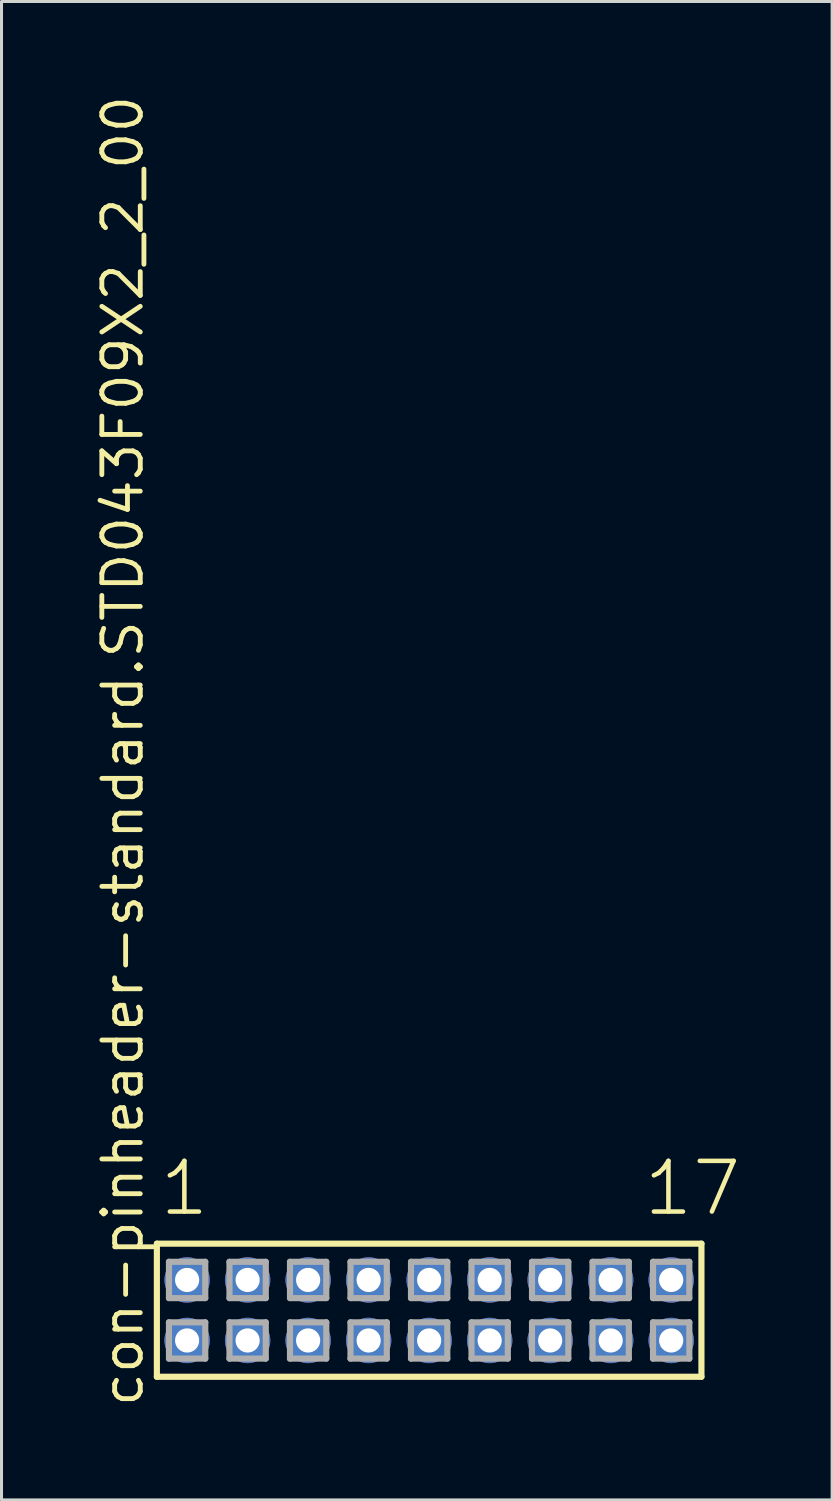
<source format=kicad_pcb>
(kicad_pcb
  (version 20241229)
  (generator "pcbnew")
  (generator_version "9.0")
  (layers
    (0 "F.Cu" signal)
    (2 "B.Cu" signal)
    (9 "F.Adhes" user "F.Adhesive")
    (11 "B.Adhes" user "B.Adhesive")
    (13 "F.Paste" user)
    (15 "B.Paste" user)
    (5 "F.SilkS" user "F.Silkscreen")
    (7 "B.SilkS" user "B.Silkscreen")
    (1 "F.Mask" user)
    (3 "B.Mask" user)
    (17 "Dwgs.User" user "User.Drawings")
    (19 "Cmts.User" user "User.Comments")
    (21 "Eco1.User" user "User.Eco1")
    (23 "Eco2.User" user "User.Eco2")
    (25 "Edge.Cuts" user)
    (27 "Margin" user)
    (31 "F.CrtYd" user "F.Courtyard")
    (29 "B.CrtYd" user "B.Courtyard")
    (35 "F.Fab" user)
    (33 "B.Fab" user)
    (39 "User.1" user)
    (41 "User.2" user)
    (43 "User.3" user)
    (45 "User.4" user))
  (footprint "con-pinheader-standard.STD043F09X2_2_00"
    (layer "F.Cu")
    (at 11.135 40.257)
    (property "Reference" "con-pinheader-standard.STD043F09X2_2_00" (at -9.385 3.27 90) (layer "F.SilkS") (effects (font (size 1.27 1.27) (thickness 0.16)) (justify left bottom)))
    (attr through_hole)
    (fp_line (start -9 -2.2) (end 9 -2.2) (stroke (width 0.203) (type default)) (layer "F.SilkS"))
    (fp_line (start -9 2.2) (end -9 -2.2) (stroke (width 0.203) (type default)) (layer "F.SilkS"))
    (fp_line (start 9 -2.2) (end 9 2.2) (stroke (width 0.203) (type default)) (layer "F.SilkS"))
    (fp_line (start 9 2.2) (end -9 2.2) (stroke (width 0.203) (type default)) (layer "F.SilkS"))
    (fp_line (start -8.6 -1.6) (end -7.4 -1.6) (stroke (width 0.203) (type default)) (layer "F.Fab"))
    (fp_line (start -8.6 -0.4) (end -8.6 -1.6) (stroke (width 0.203) (type default)) (layer "F.Fab"))
    (fp_line (start -8.6 0.4) (end -7.4 0.4) (stroke (width 0.203) (type default)) (layer "F.Fab"))
    (fp_line (start -8.6 1.6) (end -8.6 0.4) (stroke (width 0.203) (type default)) (layer "F.Fab"))
    (fp_line (start -7.4 -1.6) (end -7.4 -0.4) (stroke (width 0.203) (type default)) (layer "F.Fab"))
    (fp_line (start -7.4 -0.4) (end -8.6 -0.4) (stroke (width 0.203) (type default)) (layer "F.Fab"))
    (fp_line (start -7.4 0.4) (end -7.4 1.6) (stroke (width 0.203) (type default)) (layer "F.Fab"))
    (fp_line (start -7.4 1.6) (end -8.6 1.6) (stroke (width 0.203) (type default)) (layer "F.Fab"))
    (fp_line (start -6.6 -1.6) (end -5.4 -1.6) (stroke (width 0.203) (type default)) (layer "F.Fab"))
    (fp_line (start -6.6 -0.4) (end -6.6 -1.6) (stroke (width 0.203) (type default)) (layer "F.Fab"))
    (fp_line (start -6.6 0.4) (end -5.4 0.4) (stroke (width 0.203) (type default)) (layer "F.Fab"))
    (fp_line (start -6.6 1.6) (end -6.6 0.4) (stroke (width 0.203) (type default)) (layer "F.Fab"))
    (fp_line (start -5.4 -1.6) (end -5.4 -0.4) (stroke (width 0.203) (type default)) (layer "F.Fab"))
    (fp_line (start -5.4 -0.4) (end -6.6 -0.4) (stroke (width 0.203) (type default)) (layer "F.Fab"))
    (fp_line (start -5.4 0.4) (end -5.4 1.6) (stroke (width 0.203) (type default)) (layer "F.Fab"))
    (fp_line (start -5.4 1.6) (end -6.6 1.6) (stroke (width 0.203) (type default)) (layer "F.Fab"))
    (fp_line (start -4.6 -1.6) (end -3.4 -1.6) (stroke (width 0.203) (type default)) (layer "F.Fab"))
    (fp_line (start -4.6 -0.4) (end -4.6 -1.6) (stroke (width 0.203) (type default)) (layer "F.Fab"))
    (fp_line (start -4.6 0.4) (end -3.4 0.4) (stroke (width 0.203) (type default)) (layer "F.Fab"))
    (fp_line (start -4.6 1.6) (end -4.6 0.4) (stroke (width 0.203) (type default)) (layer "F.Fab"))
    (fp_line (start -3.4 -1.6) (end -3.4 -0.4) (stroke (width 0.203) (type default)) (layer "F.Fab"))
    (fp_line (start -3.4 -0.4) (end -4.6 -0.4) (stroke (width 0.203) (type default)) (layer "F.Fab"))
    (fp_line (start -3.4 0.4) (end -3.4 1.6) (stroke (width 0.203) (type default)) (layer "F.Fab"))
    (fp_line (start -3.4 1.6) (end -4.6 1.6) (stroke (width 0.203) (type default)) (layer "F.Fab"))
    (fp_line (start -2.6 -1.6) (end -1.4 -1.6) (stroke (width 0.203) (type default)) (layer "F.Fab"))
    (fp_line (start -2.6 -0.4) (end -2.6 -1.6) (stroke (width 0.203) (type default)) (layer "F.Fab"))
    (fp_line (start -2.6 0.4) (end -1.4 0.4) (stroke (width 0.203) (type default)) (layer "F.Fab"))
    (fp_line (start -2.6 1.6) (end -2.6 0.4) (stroke (width 0.203) (type default)) (layer "F.Fab"))
    (fp_line (start -1.4 -1.6) (end -1.4 -0.4) (stroke (width 0.203) (type default)) (layer "F.Fab"))
    (fp_line (start -1.4 -0.4) (end -2.6 -0.4) (stroke (width 0.203) (type default)) (layer "F.Fab"))
    (fp_line (start -1.4 0.4) (end -1.4 1.6) (stroke (width 0.203) (type default)) (layer "F.Fab"))
    (fp_line (start -1.4 1.6) (end -2.6 1.6) (stroke (width 0.203) (type default)) (layer "F.Fab"))
    (fp_line (start -0.6 -1.6) (end 0.6 -1.6) (stroke (width 0.203) (type default)) (layer "F.Fab"))
    (fp_line (start -0.6 -0.4) (end -0.6 -1.6) (stroke (width 0.203) (type default)) (layer "F.Fab"))
    (fp_line (start -0.6 0.4) (end 0.6 0.4) (stroke (width 0.203) (type default)) (layer "F.Fab"))
    (fp_line (start -0.6 1.6) (end -0.6 0.4) (stroke (width 0.203) (type default)) (layer "F.Fab"))
    (fp_line (start 0.6 -1.6) (end 0.6 -0.4) (stroke (width 0.203) (type default)) (layer "F.Fab"))
    (fp_line (start 0.6 -0.4) (end -0.6 -0.4) (stroke (width 0.203) (type default)) (layer "F.Fab"))
    (fp_line (start 0.6 0.4) (end 0.6 1.6) (stroke (width 0.203) (type default)) (layer "F.Fab"))
    (fp_line (start 0.6 1.6) (end -0.6 1.6) (stroke (width 0.203) (type default)) (layer "F.Fab"))
    (fp_line (start 1.4 -1.6) (end 2.6 -1.6) (stroke (width 0.203) (type default)) (layer "F.Fab"))
    (fp_line (start 1.4 -0.4) (end 1.4 -1.6) (stroke (width 0.203) (type default)) (layer "F.Fab"))
    (fp_line (start 1.4 0.4) (end 2.6 0.4) (stroke (width 0.203) (type default)) (layer "F.Fab"))
    (fp_line (start 1.4 1.6) (end 1.4 0.4) (stroke (width 0.203) (type default)) (layer "F.Fab"))
    (fp_line (start 2.6 -1.6) (end 2.6 -0.4) (stroke (width 0.203) (type default)) (layer "F.Fab"))
    (fp_line (start 2.6 -0.4) (end 1.4 -0.4) (stroke (width 0.203) (type default)) (layer "F.Fab"))
    (fp_line (start 2.6 0.4) (end 2.6 1.6) (stroke (width 0.203) (type default)) (layer "F.Fab"))
    (fp_line (start 2.6 1.6) (end 1.4 1.6) (stroke (width 0.203) (type default)) (layer "F.Fab"))
    (fp_line (start 3.4 -1.6) (end 4.6 -1.6) (stroke (width 0.203) (type default)) (layer "F.Fab"))
    (fp_line (start 3.4 -0.4) (end 3.4 -1.6) (stroke (width 0.203) (type default)) (layer "F.Fab"))
    (fp_line (start 3.4 0.4) (end 4.6 0.4) (stroke (width 0.203) (type default)) (layer "F.Fab"))
    (fp_line (start 3.4 1.6) (end 3.4 0.4) (stroke (width 0.203) (type default)) (layer "F.Fab"))
    (fp_line (start 4.6 -1.6) (end 4.6 -0.4) (stroke (width 0.203) (type default)) (layer "F.Fab"))
    (fp_line (start 4.6 -0.4) (end 3.4 -0.4) (stroke (width 0.203) (type default)) (layer "F.Fab"))
    (fp_line (start 4.6 0.4) (end 4.6 1.6) (stroke (width 0.203) (type default)) (layer "F.Fab"))
    (fp_line (start 4.6 1.6) (end 3.4 1.6) (stroke (width 0.203) (type default)) (layer "F.Fab"))
    (fp_line (start 5.4 -1.6) (end 6.6 -1.6) (stroke (width 0.203) (type default)) (layer "F.Fab"))
    (fp_line (start 5.4 -0.4) (end 5.4 -1.6) (stroke (width 0.203) (type default)) (layer "F.Fab"))
    (fp_line (start 5.4 0.4) (end 6.6 0.4) (stroke (width 0.203) (type default)) (layer "F.Fab"))
    (fp_line (start 5.4 1.6) (end 5.4 0.4) (stroke (width 0.203) (type default)) (layer "F.Fab"))
    (fp_line (start 6.6 -1.6) (end 6.6 -0.4) (stroke (width 0.203) (type default)) (layer "F.Fab"))
    (fp_line (start 6.6 -0.4) (end 5.4 -0.4) (stroke (width 0.203) (type default)) (layer "F.Fab"))
    (fp_line (start 6.6 0.4) (end 6.6 1.6) (stroke (width 0.203) (type default)) (layer "F.Fab"))
    (fp_line (start 6.6 1.6) (end 5.4 1.6) (stroke (width 0.203) (type default)) (layer "F.Fab"))
    (fp_line (start 7.4 -1.6) (end 8.6 -1.6) (stroke (width 0.203) (type default)) (layer "F.Fab"))
    (fp_line (start 7.4 -0.4) (end 7.4 -1.6) (stroke (width 0.203) (type default)) (layer "F.Fab"))
    (fp_line (start 7.4 0.4) (end 8.6 0.4) (stroke (width 0.203) (type default)) (layer "F.Fab"))
    (fp_line (start 7.4 1.6) (end 7.4 0.4) (stroke (width 0.203) (type default)) (layer "F.Fab"))
    (fp_line (start 8.6 -1.6) (end 8.6 -0.4) (stroke (width 0.203) (type default)) (layer "F.Fab"))
    (fp_line (start 8.6 -0.4) (end 7.4 -0.4) (stroke (width 0.203) (type default)) (layer "F.Fab"))
    (fp_line (start 8.6 0.4) (end 8.6 1.6) (stroke (width 0.203) (type default)) (layer "F.Fab"))
    (fp_line (start 8.6 1.6) (end 7.4 1.6) (stroke (width 0.203) (type default)) (layer "F.Fab"))
    (fp_text user "1" (at -8.988 -3.048 0) (layer "F.SilkS") (effects (font (size 1.676 1.676) (thickness 0.15)) (justify left bottom)))
    (fp_text user "17" (at 7.012 -3.048 0) (layer "F.SilkS") (effects (font (size 1.676 1.676) (thickness 0.15)) (justify left bottom)))
    (pad "1" thru_hole circle (at -8 -1) (size 1.5 1.5) (drill 0.8) (layers "*.Cu" "*.Mask"))
    (pad "2" thru_hole circle (at -8 1) (size 1.5 1.5) (drill 0.8) (layers "*.Cu" "*.Mask"))
    (pad "3" thru_hole circle (at -6 -1) (size 1.5 1.5) (drill 0.8) (layers "*.Cu" "*.Mask"))
    (pad "4" thru_hole circle (at -6 1) (size 1.5 1.5) (drill 0.8) (layers "*.Cu" "*.Mask"))
    (pad "5" thru_hole circle (at -4 -1) (size 1.5 1.5) (drill 0.8) (layers "*.Cu" "*.Mask"))
    (pad "6" thru_hole circle (at -4 1) (size 1.5 1.5) (drill 0.8) (layers "*.Cu" "*.Mask"))
    (pad "7" thru_hole circle (at -2 -1) (size 1.5 1.5) (drill 0.8) (layers "*.Cu" "*.Mask"))
    (pad "8" thru_hole circle (at -2 1) (size 1.5 1.5) (drill 0.8) (layers "*.Cu" "*.Mask"))
    (pad "9" thru_hole circle (at 0 -1) (size 1.5 1.5) (drill 0.8) (layers "*.Cu" "*.Mask"))
    (pad "10" thru_hole circle (at 0 1) (size 1.5 1.5) (drill 0.8) (layers "*.Cu" "*.Mask"))
    (pad "11" thru_hole circle (at 2 -1) (size 1.5 1.5) (drill 0.8) (layers "*.Cu" "*.Mask"))
    (pad "12" thru_hole circle (at 2 1) (size 1.5 1.5) (drill 0.8) (layers "*.Cu" "*.Mask"))
    (pad "13" thru_hole circle (at 4 -1) (size 1.5 1.5) (drill 0.8) (layers "*.Cu" "*.Mask"))
    (pad "14" thru_hole circle (at 4 1) (size 1.5 1.5) (drill 0.8) (layers "*.Cu" "*.Mask"))
    (pad "15" thru_hole circle (at 6 -1) (size 1.5 1.5) (drill 0.8) (layers "*.Cu" "*.Mask"))
    (pad "16" thru_hole circle (at 6 1) (size 1.5 1.5) (drill 0.8) (layers "*.Cu" "*.Mask"))
    (pad "17" thru_hole circle (at 8 -1) (size 1.5 1.5) (drill 0.8) (layers "*.Cu" "*.Mask"))
    (pad "18" thru_hole circle (at 8 1) (size 1.5 1.5) (drill 0.8) (layers "*.Cu" "*.Mask")))
  (gr_rect
    (start -3 -3)
    (end 24.455 46.527)
    (stroke (width 0.1) (type default))
    (fill no)
    (layer "Edge.Cuts")))
</source>
